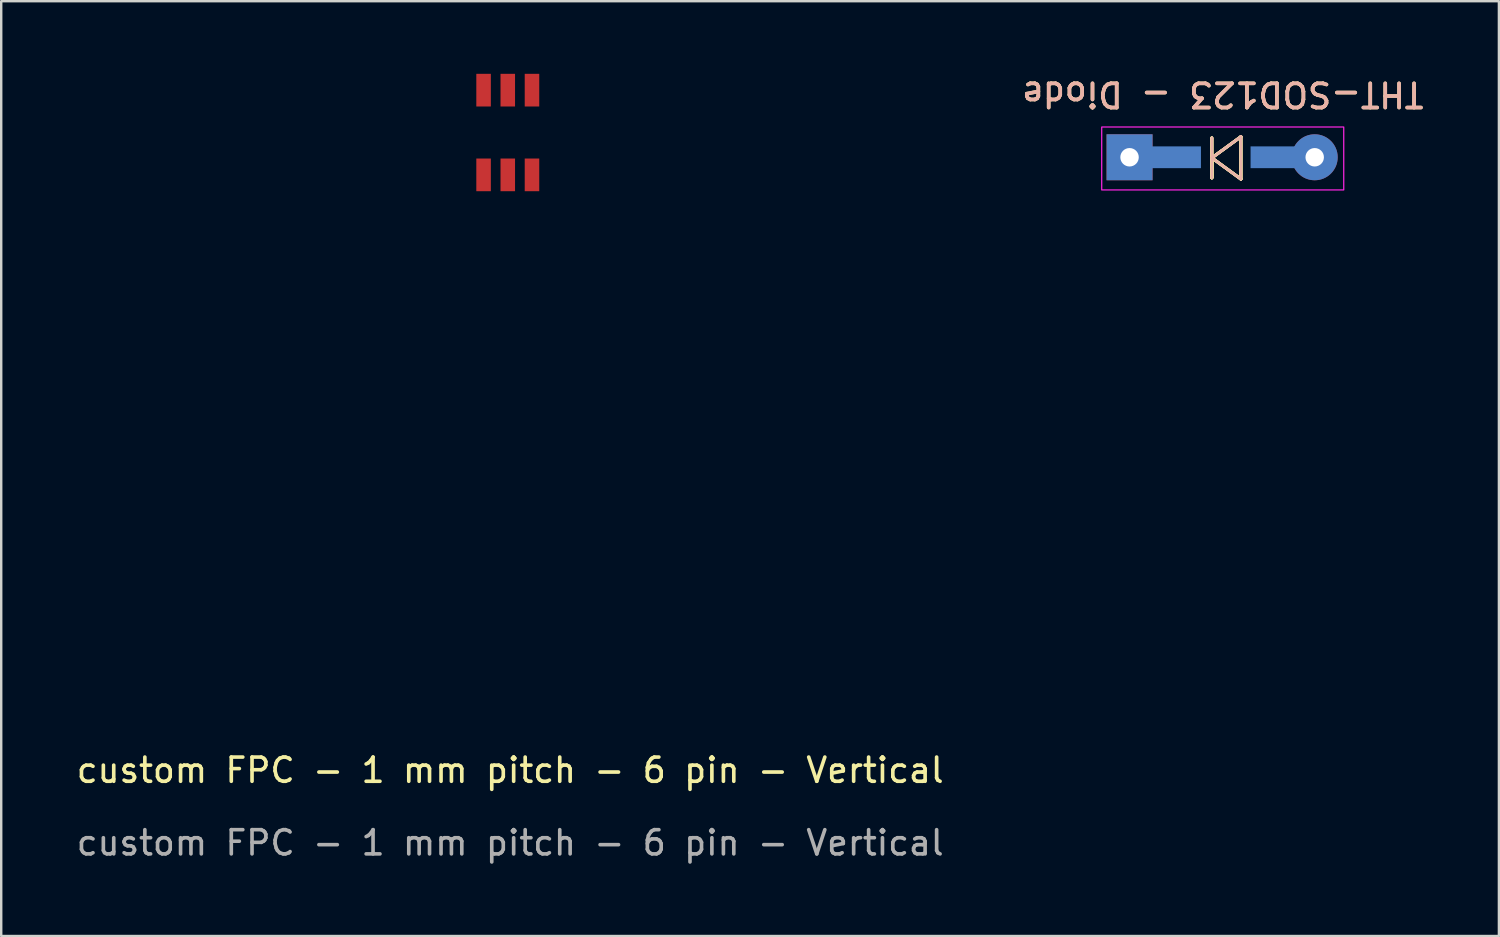
<source format=kicad_pcb>
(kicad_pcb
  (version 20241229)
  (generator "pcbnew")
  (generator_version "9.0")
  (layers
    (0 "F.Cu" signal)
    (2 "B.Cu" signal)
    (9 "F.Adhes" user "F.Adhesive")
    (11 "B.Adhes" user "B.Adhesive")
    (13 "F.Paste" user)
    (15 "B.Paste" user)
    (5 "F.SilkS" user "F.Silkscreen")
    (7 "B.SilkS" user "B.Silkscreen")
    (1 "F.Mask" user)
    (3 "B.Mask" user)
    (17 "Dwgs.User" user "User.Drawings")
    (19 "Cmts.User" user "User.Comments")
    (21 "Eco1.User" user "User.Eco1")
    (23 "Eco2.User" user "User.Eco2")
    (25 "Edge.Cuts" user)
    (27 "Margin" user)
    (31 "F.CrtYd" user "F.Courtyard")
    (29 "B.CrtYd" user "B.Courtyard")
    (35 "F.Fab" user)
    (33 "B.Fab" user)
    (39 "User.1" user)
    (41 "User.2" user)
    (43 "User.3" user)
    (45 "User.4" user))
  (footprint "THT-SOD123 - Diode"
    (layer "F.Cu")
    (at 43.67 3.498)
    (property "Reference" "THT-SOD123 - Diode" (at 3.8 -2.65 180) (unlocked yes) (layer "F.SilkS") (effects (font (size 1 1) (thickness 0.15))))
    (fp_line (start 3.35 -0.85) (end 3.35 0.8) (stroke (width 0.12) (type solid)) (layer "F.SilkS"))
    (fp_line (start 3.35 -0.85) (end 3.35 0.8) (stroke (width 0.12) (type solid)) (layer "F.SilkS"))
    (fp_line (start 3.35 -0.85) (end 3.35 0.8) (stroke (width 0.12) (type solid)) (layer "F.SilkS"))
    (fp_line (start 3.35 -0.85) (end 3.35 0.8) (stroke (width 0.12) (type solid)) (layer "F.SilkS"))
    (fp_line (start 3.35 -0.025) (end 4.55 -0.9) (stroke (width 0.12) (type solid)) (layer "F.SilkS"))
    (fp_line (start 3.35 -0.025) (end 4.55 -0.9) (stroke (width 0.12) (type solid)) (layer "F.SilkS"))
    (fp_line (start 3.35 -0.025) (end 4.55 -0.9) (stroke (width 0.12) (type solid)) (layer "F.SilkS"))
    (fp_line (start 3.35 -0.025) (end 4.55 -0.9) (stroke (width 0.12) (type solid)) (layer "F.SilkS"))
    (fp_line (start 3.35 0.8) (end 3.35 -0.025) (stroke (width 0.12) (type solid)) (layer "F.SilkS"))
    (fp_line (start 3.35 0.8) (end 3.35 -0.025) (stroke (width 0.12) (type solid)) (layer "F.SilkS"))
    (fp_line (start 3.35 0.8) (end 3.35 -0.025) (stroke (width 0.12) (type solid)) (layer "F.SilkS"))
    (fp_line (start 3.35 0.8) (end 3.35 -0.025) (stroke (width 0.12) (type solid)) (layer "F.SilkS"))
    (fp_line (start 4.55 -0.9) (end 4.55 0.85) (stroke (width 0.12) (type solid)) (layer "F.SilkS"))
    (fp_line (start 4.55 -0.9) (end 4.55 0.85) (stroke (width 0.12) (type solid)) (layer "F.SilkS"))
    (fp_line (start 4.55 -0.9) (end 4.55 0.85) (stroke (width 0.12) (type solid)) (layer "F.SilkS"))
    (fp_line (start 4.55 -0.9) (end 4.55 0.85) (stroke (width 0.12) (type solid)) (layer "F.SilkS"))
    (fp_line (start 4.55 0.85) (end 3.35 -0.025) (stroke (width 0.12) (type solid)) (layer "F.SilkS"))
    (fp_line (start 4.55 0.85) (end 3.35 -0.025) (stroke (width 0.12) (type solid)) (layer "F.SilkS"))
    (fp_line (start 4.55 0.85) (end 3.35 -0.025) (stroke (width 0.12) (type solid)) (layer "F.SilkS"))
    (fp_line (start 4.55 0.85) (end 3.35 -0.025) (stroke (width 0.12) (type solid)) (layer "F.SilkS"))
    (fp_line (start 3.35 -0.85) (end 3.35 0.8) (stroke (width 0.12) (type solid)) (layer "B.SilkS"))
    (fp_line (start 3.36 -0.03) (end 4.55 -0.9) (stroke (width 0.12) (type solid)) (layer "B.SilkS"))
    (fp_line (start 4.55 -0.9) (end 4.55 0.85) (stroke (width 0.12) (type solid)) (layer "B.SilkS"))
    (fp_line (start 4.55 0.85) (end 3.35 -0.025) (stroke (width 0.12) (type solid)) (layer "B.SilkS"))
    (fp_rect (start -1.2 -1.3) (end 8.8 1.3) (stroke (width 0.05) (type solid)) (fill no) (layer "F.CrtYd"))
    (fp_text user "${REFERENCE}" (at 3.8 -2.65 180) (unlocked yes) (layer "B.SilkS") (effects (font (size 1 1) (thickness 0.15))))
    (pad "1" thru_hole rect (at -0.05 -0.05) (size 1.9 1.9) (drill 0.762) (layers "*.Cu" "*.Mask"))
    (pad "1" smd rect (at 1.825 -0.05) (size 2.15 0.9) (layers "B.Cu" "B.Mask" "B.Paste"))
    (pad "2" smd rect (at 5.925 -0.05) (size 1.95 0.9) (layers "B.Cu" "B.Mask" "B.Paste"))
    (pad "2" thru_hole circle (at 7.6 -0.05) (size 1.9 1.9) (drill 0.762) (layers "*.Cu" "*.Mask")))
  (footprint "custom FPC - 1 mm pitch - 6 pin - Vertical"
    (layer "F.Cu")
    (at 17.93 2.275)
    (property "Reference" "custom FPC - 1 mm pitch - 6 pin - Vertical" (at 0.1 26.5 0) (unlocked yes) (layer "F.SilkS") (effects (font (size 1 1) (thickness 0.15))))
    (attr smd)
    (fp_text user "${REFERENCE}" (at 0.1 29.5 0) (unlocked yes) (layer "F.Fab") (effects (font (size 1 1) (thickness 0.15))))
    (pad "1" smd rect (at -1 -1.6) (size 0.6 1.35) (layers "F.Cu" "F.Mask" "F.Paste"))
    (pad "1" smd rect (at -1 1.9) (size 0.6 1.35) (layers "F.Cu" "F.Mask" "F.Paste"))
    (pad "1" smd rect (at 0 1.9) (size 0.6 1.35) (layers "F.Cu" "F.Mask" "F.Paste"))
    (pad "1" smd rect (at 1 1.9) (size 0.6 1.35) (layers "F.Cu" "F.Mask" "F.Paste"))
    (pad "2" smd rect (at 0 -1.6) (size 0.6 1.35) (layers "F.Cu" "F.Mask" "F.Paste"))
    (pad "3" smd rect (at 1 -1.6) (size 0.6 1.35) (layers "F.Cu" "F.Mask" "F.Paste")))
  (gr_rect
    (start -3 -3)
    (end 58.881 35.623)
    (stroke (width 0.1) (type default))
    (fill no)
    (layer "Edge.Cuts")))
</source>
